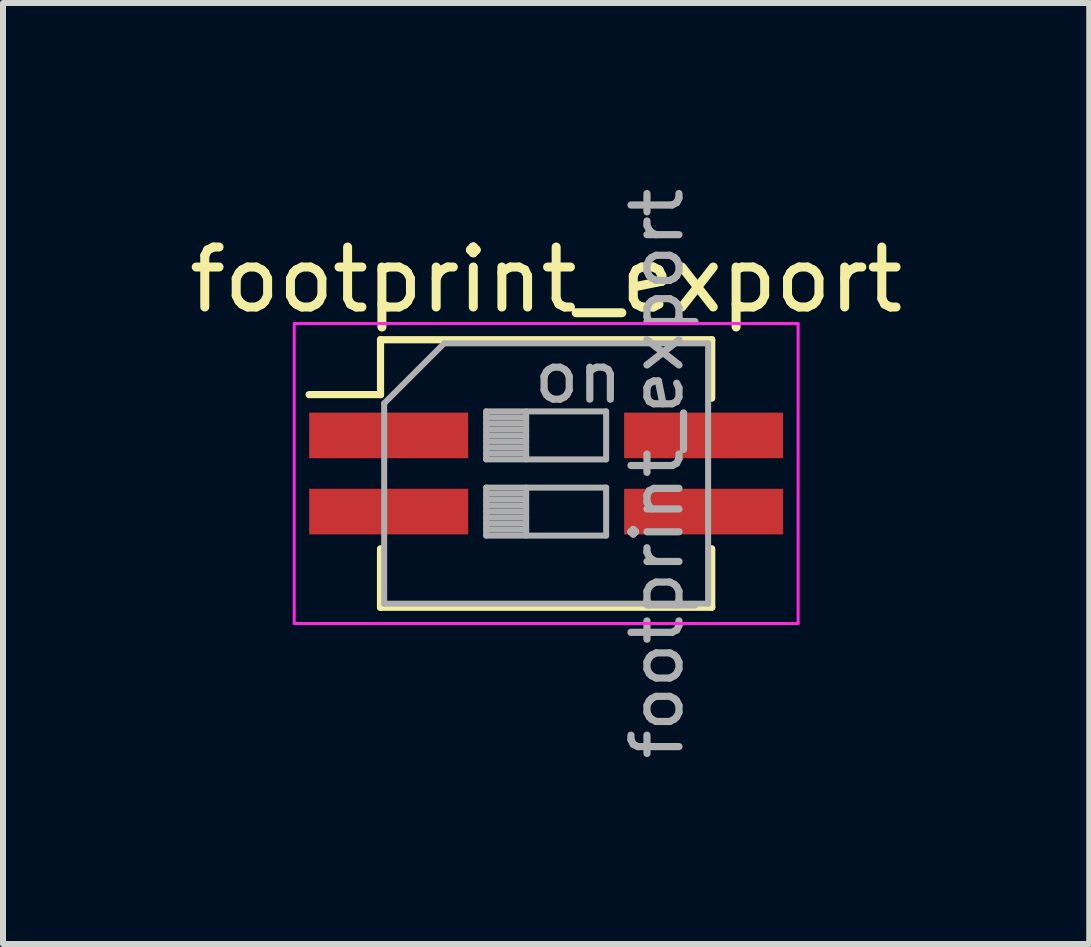
<source format=kicad_pcb>
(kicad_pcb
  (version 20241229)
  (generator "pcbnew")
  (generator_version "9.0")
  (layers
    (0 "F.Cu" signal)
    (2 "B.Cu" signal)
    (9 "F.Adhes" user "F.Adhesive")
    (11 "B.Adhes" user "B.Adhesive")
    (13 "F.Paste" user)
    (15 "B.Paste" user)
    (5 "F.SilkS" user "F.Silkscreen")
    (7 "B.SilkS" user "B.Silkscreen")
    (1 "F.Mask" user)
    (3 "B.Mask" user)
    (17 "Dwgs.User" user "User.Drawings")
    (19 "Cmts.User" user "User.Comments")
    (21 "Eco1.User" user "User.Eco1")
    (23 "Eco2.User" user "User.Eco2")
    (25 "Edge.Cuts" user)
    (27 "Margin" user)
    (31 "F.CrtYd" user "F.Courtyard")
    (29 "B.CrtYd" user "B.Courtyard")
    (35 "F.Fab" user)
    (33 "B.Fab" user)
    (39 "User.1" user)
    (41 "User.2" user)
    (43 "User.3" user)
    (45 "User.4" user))
  (footprint "footprint_export"
    (layer "F.Cu")
    (at 6.054 4.843)
    (property "Reference" "footprint_export" (at 0 -3.23 0) (layer "F.SilkS") (effects (font (size 1 1) (thickness 0.15))))
    (attr smd)
    (fp_line (start -3.951 -1.315) (end -2.761 -1.315) (stroke (width 0.12) (type solid)) (layer "F.SilkS"))
    (fp_line (start -2.761 -2.23) (end -2.761 -1.315) (stroke (width 0.12) (type solid)) (layer "F.SilkS"))
    (fp_line (start -2.761 -2.23) (end 2.76 -2.23) (stroke (width 0.12) (type solid)) (layer "F.SilkS"))
    (fp_line (start -2.761 1.255) (end -2.761 2.23) (stroke (width 0.12) (type solid)) (layer "F.SilkS"))
    (fp_line (start -2.761 2.23) (end 2.76 2.23) (stroke (width 0.12) (type solid)) (layer "F.SilkS"))
    (fp_line (start 2.76 -2.23) (end 2.76 -1.255) (stroke (width 0.12) (type solid)) (layer "F.SilkS"))
    (fp_line (start 2.76 1.255) (end 2.76 2.23) (stroke (width 0.12) (type solid)) (layer "F.SilkS"))
    (fp_line (start -4.2 -2.5) (end -4.2 2.5) (stroke (width 0.05) (type solid)) (layer "F.CrtYd"))
    (fp_line (start -4.2 2.5) (end 4.2 2.5) (stroke (width 0.05) (type solid)) (layer "F.CrtYd"))
    (fp_line (start 4.2 -2.5) (end -4.2 -2.5) (stroke (width 0.05) (type solid)) (layer "F.CrtYd"))
    (fp_line (start 4.2 2.5) (end 4.2 -2.5) (stroke (width 0.05) (type solid)) (layer "F.CrtYd"))
    (fp_line (start -2.7 -1.17) (end -1.7 -2.17) (stroke (width 0.1) (type solid)) (layer "F.Fab"))
    (fp_line (start -2.7 2.17) (end -2.7 -1.17) (stroke (width 0.1) (type solid)) (layer "F.Fab"))
    (fp_line (start -1.7 -2.17) (end 2.7 -2.17) (stroke (width 0.1) (type solid)) (layer "F.Fab"))
    (fp_line (start -1 -1.035) (end -1 -0.235) (stroke (width 0.1) (type solid)) (layer "F.Fab"))
    (fp_line (start -1 -0.935) (end -0.333 -0.935) (stroke (width 0.1) (type solid)) (layer "F.Fab"))
    (fp_line (start -1 -0.835) (end -0.333 -0.835) (stroke (width 0.1) (type solid)) (layer "F.Fab"))
    (fp_line (start -1 -0.735) (end -0.333 -0.735) (stroke (width 0.1) (type solid)) (layer "F.Fab"))
    (fp_line (start -1 -0.635) (end -0.333 -0.635) (stroke (width 0.1) (type solid)) (layer "F.Fab"))
    (fp_line (start -1 -0.535) (end -0.333 -0.535) (stroke (width 0.1) (type solid)) (layer "F.Fab"))
    (fp_line (start -1 -0.435) (end -0.333 -0.435) (stroke (width 0.1) (type solid)) (layer "F.Fab"))
    (fp_line (start -1 -0.335) (end -0.333 -0.335) (stroke (width 0.1) (type solid)) (layer "F.Fab"))
    (fp_line (start -1 -0.235) (end 1 -0.235) (stroke (width 0.1) (type solid)) (layer "F.Fab"))
    (fp_line (start -1 0.235) (end -1 1.035) (stroke (width 0.1) (type solid)) (layer "F.Fab"))
    (fp_line (start -1 0.335) (end -0.333 0.335) (stroke (width 0.1) (type solid)) (layer "F.Fab"))
    (fp_line (start -1 0.435) (end -0.333 0.435) (stroke (width 0.1) (type solid)) (layer "F.Fab"))
    (fp_line (start -1 0.535) (end -0.333 0.535) (stroke (width 0.1) (type solid)) (layer "F.Fab"))
    (fp_line (start -1 0.635) (end -0.333 0.635) (stroke (width 0.1) (type solid)) (layer "F.Fab"))
    (fp_line (start -1 0.735) (end -0.333 0.735) (stroke (width 0.1) (type solid)) (layer "F.Fab"))
    (fp_line (start -1 0.835) (end -0.333 0.835) (stroke (width 0.1) (type solid)) (layer "F.Fab"))
    (fp_line (start -1 0.935) (end -0.333 0.935) (stroke (width 0.1) (type solid)) (layer "F.Fab"))
    (fp_line (start -1 1.035) (end 1 1.035) (stroke (width 0.1) (type solid)) (layer "F.Fab"))
    (fp_line (start -0.333 -1.035) (end -0.333 -0.235) (stroke (width 0.1) (type solid)) (layer "F.Fab"))
    (fp_line (start -0.333 0.235) (end -0.333 1.035) (stroke (width 0.1) (type solid)) (layer "F.Fab"))
    (fp_line (start 1 -1.035) (end -1 -1.035) (stroke (width 0.1) (type solid)) (layer "F.Fab"))
    (fp_line (start 1 -0.235) (end 1 -1.035) (stroke (width 0.1) (type solid)) (layer "F.Fab"))
    (fp_line (start 1 0.235) (end -1 0.235) (stroke (width 0.1) (type solid)) (layer "F.Fab"))
    (fp_line (start 1 1.035) (end 1 0.235) (stroke (width 0.1) (type solid)) (layer "F.Fab"))
    (fp_line (start 2.7 -2.17) (end 2.7 2.17) (stroke (width 0.1) (type solid)) (layer "F.Fab"))
    (fp_line (start 2.7 2.17) (end -2.7 2.17) (stroke (width 0.1) (type solid)) (layer "F.Fab"))
    (fp_text user "on" (at 0.537 -1.603 0) (layer "F.Fab") (effects (font (size 0.8 0.8) (thickness 0.12))))
    (fp_text user "${REFERENCE}" (at 1.85 0 90) (layer "F.Fab") (effects (font (size 0.8 0.8) (thickness 0.12))))
    (pad "1" smd rect (at -2.625 -0.635) (size 2.65 0.76) (layers "F.Cu" "F.Mask" "F.Paste"))
    (pad "2" smd rect (at -2.625 0.635) (size 2.65 0.76) (layers "F.Cu" "F.Mask" "F.Paste"))
    (pad "3" smd rect (at 2.625 0.635) (size 2.65 0.76) (layers "F.Cu" "F.Mask" "F.Paste"))
    (pad "4" smd rect (at 2.625 -0.635) (size 2.65 0.76) (layers "F.Cu" "F.Mask" "F.Paste")))
  (gr_rect
    (start -3 -3)
    (end 15.107 12.686)
    (stroke (width 0.1) (type default))
    (fill no)
    (layer "Edge.Cuts")))
</source>
